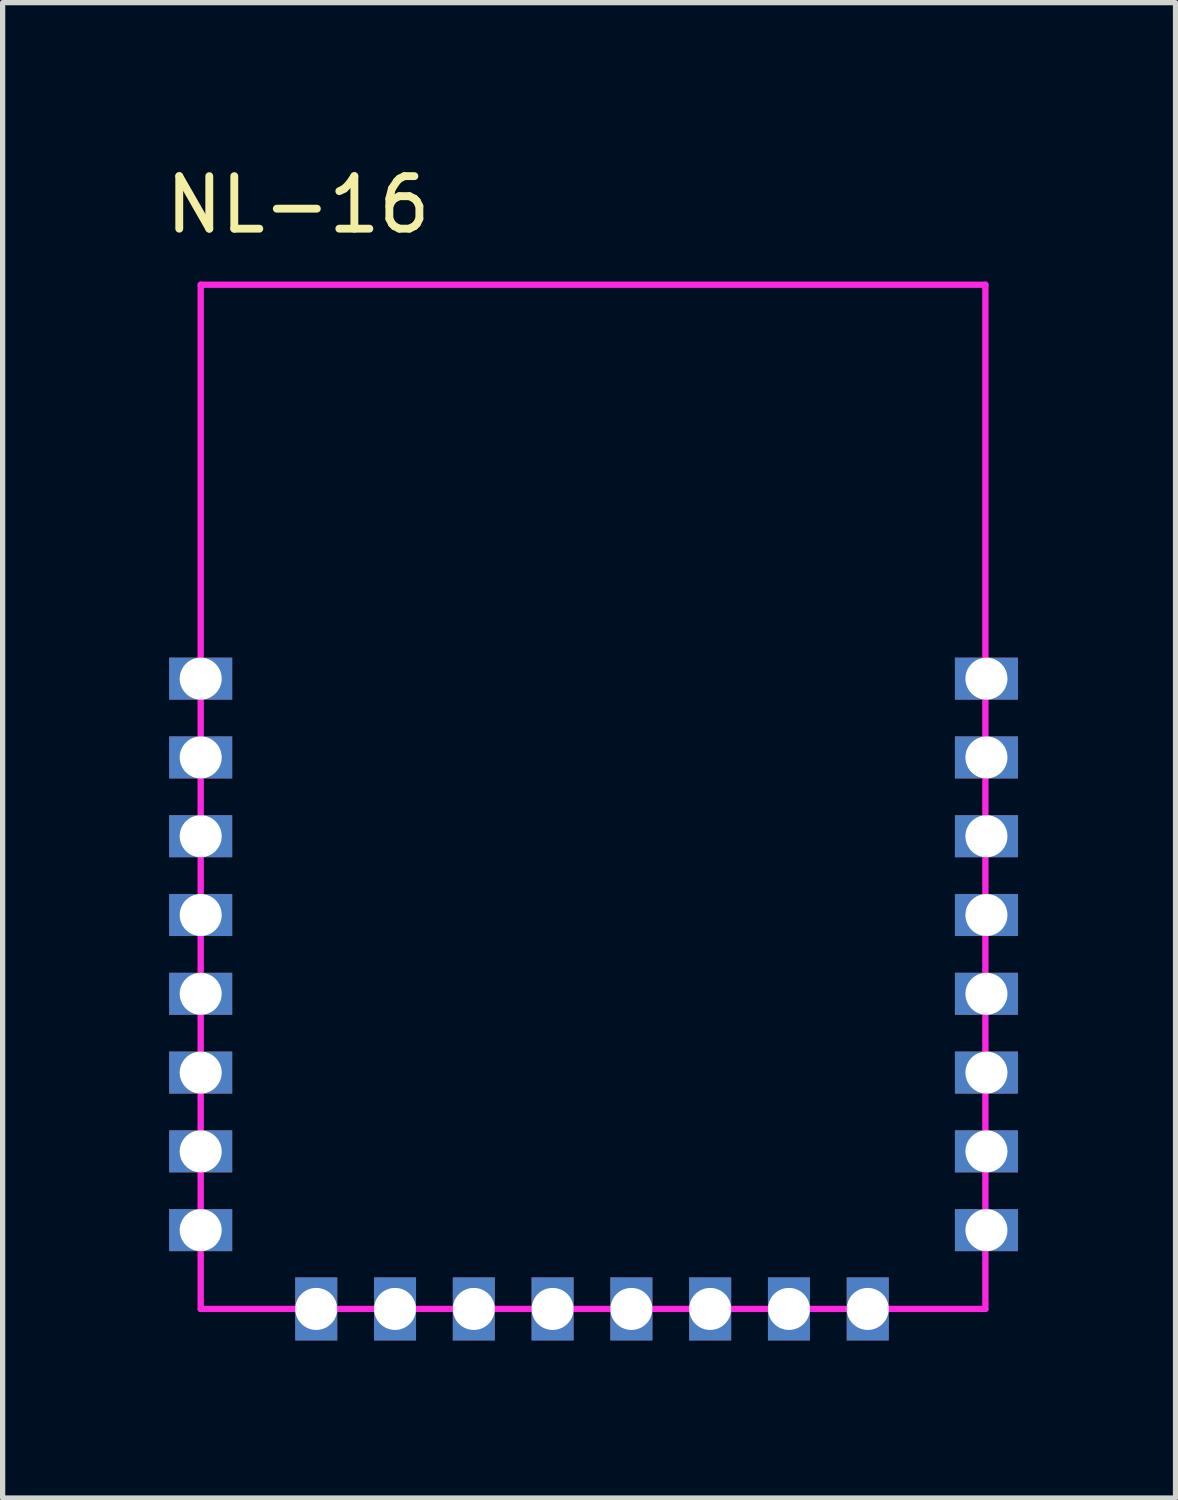
<source format=kicad_pcb>
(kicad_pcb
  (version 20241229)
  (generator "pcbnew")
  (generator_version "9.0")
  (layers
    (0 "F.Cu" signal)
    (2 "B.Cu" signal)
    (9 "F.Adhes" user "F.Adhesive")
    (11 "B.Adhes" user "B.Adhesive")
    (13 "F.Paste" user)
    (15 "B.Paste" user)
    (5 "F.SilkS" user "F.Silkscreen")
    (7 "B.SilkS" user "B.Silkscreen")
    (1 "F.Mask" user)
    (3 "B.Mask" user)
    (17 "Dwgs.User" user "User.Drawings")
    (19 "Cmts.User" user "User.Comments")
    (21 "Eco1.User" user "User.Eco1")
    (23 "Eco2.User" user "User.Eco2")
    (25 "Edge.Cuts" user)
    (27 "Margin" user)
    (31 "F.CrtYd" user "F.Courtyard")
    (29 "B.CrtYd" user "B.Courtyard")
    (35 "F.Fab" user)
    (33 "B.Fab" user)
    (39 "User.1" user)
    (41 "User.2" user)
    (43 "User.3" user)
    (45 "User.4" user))
  (footprint "NL-16"
    (layer "F.Cu")
    (at 0.771 2.371)
    (property "Reference" "NL-16" (at 1.854 -1.522 0) (layer "F.SilkS") (effects (font (size 1 1) (thickness 0.15))))
    (attr through_hole)
    (fp_line (start 0 0) (end 0 19.5) (stroke (width 0.12) (type solid)) (layer "F.CrtYd"))
    (fp_line (start 0 0) (end 14.94 0) (stroke (width 0.12) (type solid)) (layer "F.CrtYd"))
    (fp_line (start 0 19.5) (end 14.94 19.5) (stroke (width 0.12) (type solid)) (layer "F.CrtYd"))
    (fp_line (start 14.94 0) (end 14.94 19.5) (stroke (width 0.12) (type solid)) (layer "F.CrtYd"))
    (pad "1" thru_hole rect (at 0 7.5 270) (size 0.8 1.2) (drill 0.8) (layers "*.Cu" "*.Mask"))
    (pad "2" thru_hole rect (at 0 9 270) (size 0.8 1.2) (drill 0.8) (layers "*.Cu" "*.Mask"))
    (pad "3" thru_hole rect (at 0 10.5 270) (size 0.8 1.2) (drill 0.8) (layers "*.Cu" "*.Mask"))
    (pad "4" thru_hole rect (at 0 12 270) (size 0.8 1.2) (drill 0.8) (layers "*.Cu" "*.Mask"))
    (pad "5" thru_hole rect (at 0 13.5 270) (size 0.8 1.2) (drill 0.8) (layers "*.Cu" "*.Mask"))
    (pad "6" thru_hole rect (at 0 15 270) (size 0.8 1.2) (drill 0.8) (layers "*.Cu" "*.Mask"))
    (pad "7" thru_hole rect (at 0 16.5 270) (size 0.8 1.2) (drill 0.8) (layers "*.Cu" "*.Mask"))
    (pad "8" thru_hole rect (at 0 18 270) (size 0.8 1.2) (drill 0.8) (layers "*.Cu" "*.Mask"))
    (pad "9" thru_hole rect (at 2.2 19.5) (size 0.8 1.2) (drill 0.8) (layers "*.Cu" "*.Mask"))
    (pad "10" thru_hole rect (at 3.7 19.5) (size 0.8 1.2) (drill 0.8) (layers "*.Cu" "*.Mask"))
    (pad "11" thru_hole rect (at 5.2 19.5) (size 0.8 1.2) (drill 0.8) (layers "*.Cu" "*.Mask"))
    (pad "12" thru_hole rect (at 6.7 19.5) (size 0.8 1.2) (drill 0.8) (layers "*.Cu" "*.Mask"))
    (pad "13" thru_hole rect (at 8.2 19.5) (size 0.8 1.2) (drill 0.8) (layers "*.Cu" "*.Mask"))
    (pad "14" thru_hole rect (at 9.7 19.5) (size 0.8 1.2) (drill 0.8) (layers "*.Cu" "*.Mask"))
    (pad "15" thru_hole rect (at 11.2 19.5) (size 0.8 1.2) (drill 0.8) (layers "*.Cu" "*.Mask"))
    (pad "16" thru_hole rect (at 12.7 19.5) (size 0.8 1.2) (drill 0.8) (layers "*.Cu" "*.Mask"))
    (pad "17" thru_hole rect (at 14.96 18 270) (size 0.8 1.2) (drill 0.8) (layers "*.Cu" "*.Mask"))
    (pad "18" thru_hole rect (at 14.96 16.5 270) (size 0.8 1.2) (drill 0.8) (layers "*.Cu" "*.Mask"))
    (pad "19" thru_hole rect (at 14.96 15 270) (size 0.8 1.2) (drill 0.8) (layers "*.Cu" "*.Mask"))
    (pad "20" thru_hole rect (at 14.96 13.5 270) (size 0.8 1.2) (drill 0.8) (layers "*.Cu" "*.Mask"))
    (pad "21" thru_hole rect (at 14.96 12 270) (size 0.8 1.2) (drill 0.8) (layers "*.Cu" "*.Mask"))
    (pad "22" thru_hole rect (at 14.96 10.5 270) (size 0.8 1.2) (drill 0.8) (layers "*.Cu" "*.Mask"))
    (pad "23" thru_hole rect (at 14.96 9 270) (size 0.8 1.2) (drill 0.8) (layers "*.Cu" "*.Mask"))
    (pad "24" thru_hole rect (at 14.96 7.5 270) (size 0.8 1.2) (drill 0.8) (layers "*.Cu" "*.Mask")))
  (gr_rect
    (start -3 -3)
    (end 19.331 25.471)
    (stroke (width 0.1) (type default))
    (fill no)
    (layer "Edge.Cuts")))
</source>
